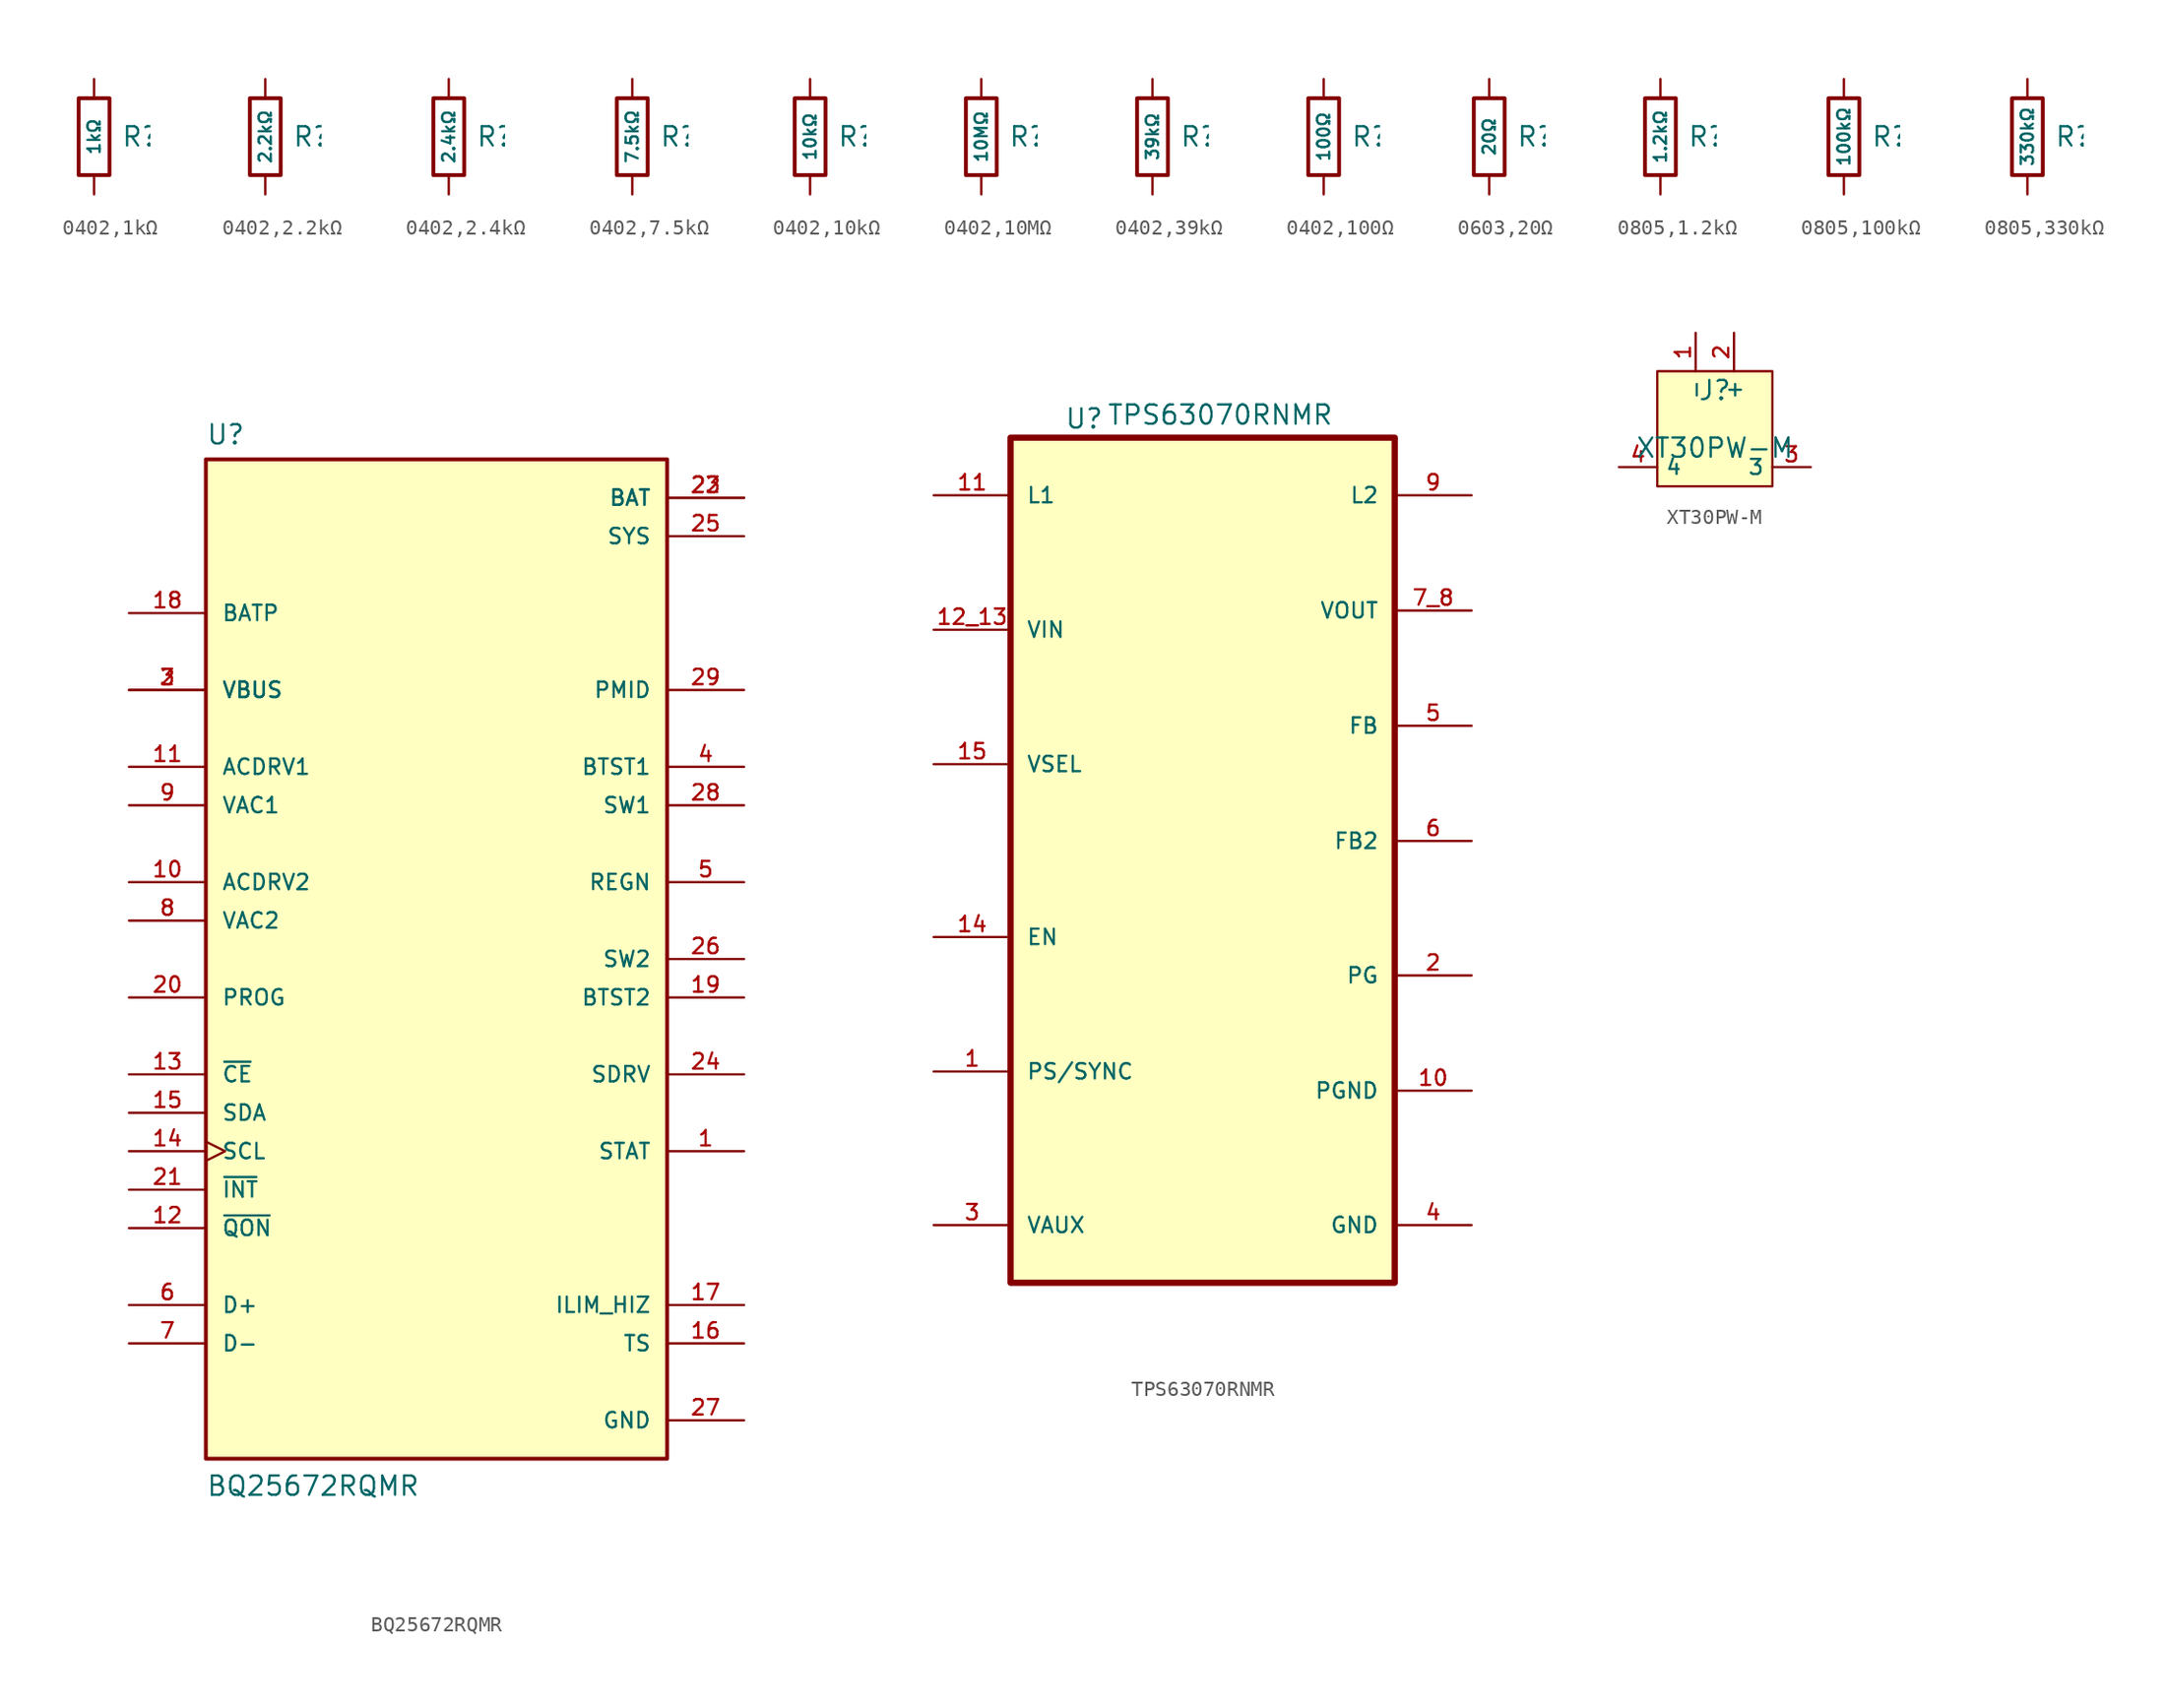
<source format=kicad_sym>
(kicad_symbol_lib
  (version 20241209)
  (generator "kicad_symbol_editor")
  (generator_version "9.0")
  (symbol "0402,1kΩ"
    (pin_numbers
      (hide yes))
    (pin_names
      (offset 0))
    (property "Reference" "R"
      (at 1.778 0 0)
      (effects (font (size 1.27 1.27)) (justify left)))
    (property "Value" "1kΩ"
      (at 0 0 90)
      (do_not_autoplace)
      (effects (font (size 0.8 0.8))))
    (symbol "0402,1kΩ_0_1"
      (rectangle (start -1.016 2.54) (end 1.016 -2.54) (stroke (width 0.254) (type default)) (fill (type none))))
    (symbol "0402,1kΩ_1_1"
      (pin passive line (at 0 3.81 270) (length 1.27) (name "~" (effects (font (size 1.27 1.27)))) (number "1" (effects (font (size 1.27 1.27)))))
      (pin passive line (at 0 -3.81 90) (length 1.27) (name "~" (effects (font (size 1.27 1.27)))) (number "2" (effects (font (size 1.27 1.27)))))))
  (symbol "0402,2.2kΩ"
    (pin_numbers
      (hide yes))
    (pin_names
      (offset 0))
    (property "Reference" "R"
      (at 1.778 0 0)
      (effects (font (size 1.27 1.27)) (justify left)))
    (property "Value" "2.2kΩ"
      (at 0 0 90)
      (do_not_autoplace)
      (effects (font (size 0.8 0.8))))
    (symbol "0402,2.2kΩ_0_1"
      (rectangle (start -1.016 2.54) (end 1.016 -2.54) (stroke (width 0.254) (type default)) (fill (type none))))
    (symbol "0402,2.2kΩ_1_1"
      (pin passive line (at 0 3.81 270) (length 1.27) (name "~" (effects (font (size 1.27 1.27)))) (number "1" (effects (font (size 1.27 1.27)))))
      (pin passive line (at 0 -3.81 90) (length 1.27) (name "~" (effects (font (size 1.27 1.27)))) (number "2" (effects (font (size 1.27 1.27)))))))
  (symbol "0402,2.4kΩ"
    (pin_numbers
      (hide yes))
    (pin_names
      (offset 0))
    (property "Reference" "R"
      (at 1.778 0 0)
      (effects (font (size 1.27 1.27)) (justify left)))
    (property "Value" "2.4kΩ"
      (at 0 0 90)
      (do_not_autoplace)
      (effects (font (size 0.8 0.8))))
    (symbol "0402,2.4kΩ_0_1"
      (rectangle (start -1.016 2.54) (end 1.016 -2.54) (stroke (width 0.254) (type default)) (fill (type none))))
    (symbol "0402,2.4kΩ_1_1"
      (pin passive line (at 0 3.81 270) (length 1.27) (name "~" (effects (font (size 1.27 1.27)))) (number "1" (effects (font (size 1.27 1.27)))))
      (pin passive line (at 0 -3.81 90) (length 1.27) (name "~" (effects (font (size 1.27 1.27)))) (number "2" (effects (font (size 1.27 1.27)))))))
  (symbol "0402,7.5kΩ"
    (pin_numbers
      (hide yes))
    (pin_names
      (offset 0))
    (property "Reference" "R"
      (at 1.778 0 0)
      (effects (font (size 1.27 1.27)) (justify left)))
    (property "Value" "7.5kΩ"
      (at 0 0 90)
      (do_not_autoplace)
      (effects (font (size 0.8 0.8))))
    (symbol "0402,7.5kΩ_0_1"
      (rectangle (start -1.016 2.54) (end 1.016 -2.54) (stroke (width 0.254) (type default)) (fill (type none))))
    (symbol "0402,7.5kΩ_1_1"
      (pin passive line (at 0 3.81 270) (length 1.27) (name "~" (effects (font (size 1.27 1.27)))) (number "1" (effects (font (size 1.27 1.27)))))
      (pin passive line (at 0 -3.81 90) (length 1.27) (name "~" (effects (font (size 1.27 1.27)))) (number "2" (effects (font (size 1.27 1.27)))))))
  (symbol "0402,10kΩ"
    (pin_numbers
      (hide yes))
    (pin_names
      (offset 0))
    (property "Reference" "R"
      (at 1.778 0 0)
      (effects (font (size 1.27 1.27)) (justify left)))
    (property "Value" "10kΩ"
      (at 0 0 90)
      (do_not_autoplace)
      (effects (font (size 0.8 0.8))))
    (symbol "0402,10kΩ_0_1"
      (rectangle (start -1.016 2.54) (end 1.016 -2.54) (stroke (width 0.254) (type default)) (fill (type none))))
    (symbol "0402,10kΩ_1_1"
      (pin passive line (at 0 3.81 270) (length 1.27) (name "~" (effects (font (size 1.27 1.27)))) (number "1" (effects (font (size 1.27 1.27)))))
      (pin passive line (at 0 -3.81 90) (length 1.27) (name "~" (effects (font (size 1.27 1.27)))) (number "2" (effects (font (size 1.27 1.27)))))))
  (symbol "0402,10MΩ"
    (pin_numbers
      (hide yes))
    (pin_names
      (offset 0))
    (property "Reference" "R"
      (at 1.778 0 0)
      (effects (font (size 1.27 1.27)) (justify left)))
    (property "Value" "10MΩ"
      (at 0 0 90)
      (do_not_autoplace)
      (effects (font (size 0.8 0.8))))
    (symbol "0402,10MΩ_0_1"
      (rectangle (start -1.016 2.54) (end 1.016 -2.54) (stroke (width 0.254) (type default)) (fill (type none))))
    (symbol "0402,10MΩ_1_1"
      (pin passive line (at 0 3.81 270) (length 1.27) (name "~" (effects (font (size 1.27 1.27)))) (number "1" (effects (font (size 1.27 1.27)))))
      (pin passive line (at 0 -3.81 90) (length 1.27) (name "~" (effects (font (size 1.27 1.27)))) (number "2" (effects (font (size 1.27 1.27)))))))
  (symbol "0402,39kΩ"
    (pin_numbers
      (hide yes))
    (pin_names
      (offset 0))
    (property "Reference" "R"
      (at 1.778 0 0)
      (effects (font (size 1.27 1.27)) (justify left)))
    (property "Value" "39kΩ"
      (at 0 0 90)
      (do_not_autoplace)
      (effects (font (size 0.8 0.8))))
    (symbol "0402,39kΩ_0_1"
      (rectangle (start -1.016 2.54) (end 1.016 -2.54) (stroke (width 0.254) (type default)) (fill (type none))))
    (symbol "0402,39kΩ_1_1"
      (pin passive line (at 0 3.81 270) (length 1.27) (name "~" (effects (font (size 1.27 1.27)))) (number "1" (effects (font (size 1.27 1.27)))))
      (pin passive line (at 0 -3.81 90) (length 1.27) (name "~" (effects (font (size 1.27 1.27)))) (number "2" (effects (font (size 1.27 1.27)))))))
  (symbol "0402,100Ω"
    (pin_numbers
      (hide yes))
    (pin_names
      (offset 0))
    (property "Reference" "R"
      (at 1.778 0 0)
      (effects (font (size 1.27 1.27)) (justify left)))
    (property "Value" "100Ω"
      (at 0 0 90)
      (do_not_autoplace)
      (effects (font (size 0.8 0.8))))
    (symbol "0402,100Ω_0_1"
      (rectangle (start -1.016 2.54) (end 1.016 -2.54) (stroke (width 0.254) (type default)) (fill (type none))))
    (symbol "0402,100Ω_1_1"
      (pin passive line (at 0 3.81 270) (length 1.27) (name "~" (effects (font (size 1.27 1.27)))) (number "1" (effects (font (size 1.27 1.27)))))
      (pin passive line (at 0 -3.81 90) (length 1.27) (name "~" (effects (font (size 1.27 1.27)))) (number "2" (effects (font (size 1.27 1.27)))))))
  (symbol "0603,20Ω"
    (pin_numbers
      (hide yes))
    (pin_names
      (offset 0))
    (property "Reference" "R"
      (at 1.778 0 0)
      (effects (font (size 1.27 1.27)) (justify left)))
    (property "Value" "20Ω"
      (at 0 0 90)
      (do_not_autoplace)
      (effects (font (size 0.8 0.8))))
    (symbol "0603,20Ω_0_1"
      (rectangle (start -1.016 2.54) (end 1.016 -2.54) (stroke (width 0.254) (type default)) (fill (type none))))
    (symbol "0603,20Ω_1_1"
      (pin passive line (at 0 3.81 270) (length 1.27) (name "~" (effects (font (size 1.27 1.27)))) (number "1" (effects (font (size 1.27 1.27)))))
      (pin passive line (at 0 -3.81 90) (length 1.27) (name "~" (effects (font (size 1.27 1.27)))) (number "2" (effects (font (size 1.27 1.27)))))))
  (symbol "0805,1.2kΩ"
    (pin_numbers
      (hide yes))
    (pin_names
      (offset 0))
    (property "Reference" "R"
      (at 1.778 0 0)
      (effects (font (size 1.27 1.27)) (justify left)))
    (property "Value" "1.2kΩ"
      (at 0 0 90)
      (do_not_autoplace)
      (effects (font (size 0.8 0.8))))
    (symbol "0805,1.2kΩ_0_1"
      (rectangle (start -1.016 2.54) (end 1.016 -2.54) (stroke (width 0.254) (type default)) (fill (type none))))
    (symbol "0805,1.2kΩ_1_1"
      (pin passive line (at 0 3.81 270) (length 1.27) (name "~" (effects (font (size 1.27 1.27)))) (number "1" (effects (font (size 1.27 1.27)))))
      (pin passive line (at 0 -3.81 90) (length 1.27) (name "~" (effects (font (size 1.27 1.27)))) (number "2" (effects (font (size 1.27 1.27)))))))
  (symbol "0805,100kΩ"
    (pin_numbers
      (hide yes))
    (pin_names
      (offset 0))
    (property "Reference" "R"
      (at 1.778 0 0)
      (effects (font (size 1.27 1.27)) (justify left)))
    (property "Value" "100kΩ"
      (at 0 0 90)
      (do_not_autoplace)
      (effects (font (size 0.8 0.8))))
    (symbol "0805,100kΩ_0_1"
      (rectangle (start -1.016 2.54) (end 1.016 -2.54) (stroke (width 0.254) (type default)) (fill (type none))))
    (symbol "0805,100kΩ_1_1"
      (pin passive line (at 0 3.81 270) (length 1.27) (name "~" (effects (font (size 1.27 1.27)))) (number "1" (effects (font (size 1.27 1.27)))))
      (pin passive line (at 0 -3.81 90) (length 1.27) (name "~" (effects (font (size 1.27 1.27)))) (number "2" (effects (font (size 1.27 1.27)))))))
  (symbol "0805,330kΩ"
    (pin_numbers
      (hide yes))
    (pin_names
      (offset 0))
    (property "Reference" "R"
      (at 1.778 0 0)
      (effects (font (size 1.27 1.27)) (justify left)))
    (property "Value" "330kΩ"
      (at 0 0 90)
      (do_not_autoplace)
      (effects (font (size 0.8 0.8))))
    (symbol "0805,330kΩ_0_1"
      (rectangle (start -1.016 2.54) (end 1.016 -2.54) (stroke (width 0.254) (type default)) (fill (type none))))
    (symbol "0805,330kΩ_1_1"
      (pin passive line (at 0 3.81 270) (length 1.27) (name "~" (effects (font (size 1.27 1.27)))) (number "1" (effects (font (size 1.27 1.27)))))
      (pin passive line (at 0 -3.81 90) (length 1.27) (name "~" (effects (font (size 1.27 1.27)))) (number "2" (effects (font (size 1.27 1.27)))))))
  (symbol "BQ25672RQMR"
    (pin_names
      (offset 1.016))
    (property "Reference" "U"
      (at -15.24 33.909 0)
      (effects (font (size 1.27 1.27)) (justify left bottom)))
    (property "Value" "BQ25672RQMR"
      (at -15.24 -35.56 0)
      (effects (font (size 1.27 1.27)) (justify left bottom)))
    (symbol "BQ25672RQMR_0_0"
      (rectangle (start -15.24 -33.02) (end 15.24 33.02) (stroke (width 0.254) (type default)) (fill (type background)))
      (pin input line (at -20.32 22.86 0) (length 5.08) (name "BATP" (effects (font (size 1.016 1.016)))) (number "18" (effects (font (size 1.016 1.016)))))
      (pin input line (at -20.32 17.78 0) (length 5.08) (name "VBUS" (effects (font (size 1.016 1.016)))) (number "2" (effects (font (size 1.016 1.016)))))
      (pin input line (at -20.32 17.78 0) (length 5.08) (name "VBUS" (effects (font (size 1.016 1.016)))) (number "3" (effects (font (size 1.016 1.016)))))
      (pin input line (at -20.32 12.7 0) (length 5.08) (name "ACDRV1" (effects (font (size 1.016 1.016)))) (number "11" (effects (font (size 1.016 1.016)))))
      (pin input line (at -20.32 10.16 0) (length 5.08) (name "VAC1" (effects (font (size 1.016 1.016)))) (number "9" (effects (font (size 1.016 1.016)))))
      (pin input line (at -20.32 5.08 0) (length 5.08) (name "ACDRV2" (effects (font (size 1.016 1.016)))) (number "10" (effects (font (size 1.016 1.016)))))
      (pin input line (at -20.32 2.54 0) (length 5.08) (name "VAC2" (effects (font (size 1.016 1.016)))) (number "8" (effects (font (size 1.016 1.016)))))
      (pin input line (at -20.32 -2.54 0) (length 5.08) (name "PROG" (effects (font (size 1.016 1.016)))) (number "20" (effects (font (size 1.016 1.016)))))
      (pin input line (at -20.32 -7.62 0) (length 5.08) (name "~{CE}" (effects (font (size 1.016 1.016)))) (number "13" (effects (font (size 1.016 1.016)))))
      (pin bidirectional line (at -20.32 -10.16 0) (length 5.08) (name "SDA" (effects (font (size 1.016 1.016)))) (number "15" (effects (font (size 1.016 1.016)))))
      (pin input clock (at -20.32 -12.7 0) (length 5.08) (name "SCL" (effects (font (size 1.016 1.016)))) (number "14" (effects (font (size 1.016 1.016)))))
      (pin output line (at -20.32 -15.24 0) (length 5.08) (name "~{INT}" (effects (font (size 1.016 1.016)))) (number "21" (effects (font (size 1.016 1.016)))))
      (pin input line (at -20.32 -17.78 0) (length 5.08) (name "~{QON}" (effects (font (size 1.016 1.016)))) (number "12" (effects (font (size 1.016 1.016)))))
      (pin bidirectional line (at -20.32 -22.86 0) (length 5.08) (name "D+" (effects (font (size 1.016 1.016)))) (number "6" (effects (font (size 1.016 1.016)))))
      (pin bidirectional line (at -20.32 -25.4 0) (length 5.08) (name "D-" (effects (font (size 1.016 1.016)))) (number "7" (effects (font (size 1.016 1.016)))))
      (pin power_in line (at 20.32 30.48 180) (length 5.08) (name "BAT" (effects (font (size 1.016 1.016)))) (number "22" (effects (font (size 1.016 1.016)))))
      (pin power_in line (at 20.32 30.48 180) (length 5.08) (name "BAT" (effects (font (size 1.016 1.016)))) (number "23" (effects (font (size 1.016 1.016)))))
      (pin power_in line (at 20.32 27.94 180) (length 5.08) (name "SYS" (effects (font (size 1.016 1.016)))) (number "25" (effects (font (size 1.016 1.016)))))
      (pin input line (at 20.32 17.78 180) (length 5.08) (name "PMID" (effects (font (size 1.016 1.016)))) (number "29" (effects (font (size 1.016 1.016)))))
      (pin passive line (at 20.32 12.7 180) (length 5.08) (name "BTST1" (effects (font (size 1.016 1.016)))) (number "4" (effects (font (size 1.016 1.016)))))
      (pin passive line (at 20.32 10.16 180) (length 5.08) (name "SW1" (effects (font (size 1.016 1.016)))) (number "28" (effects (font (size 1.016 1.016)))))
      (pin output line (at 20.32 5.08 180) (length 5.08) (name "REGN" (effects (font (size 1.016 1.016)))) (number "5" (effects (font (size 1.016 1.016)))))
      (pin passive line (at 20.32 0 180) (length 5.08) (name "SW2" (effects (font (size 1.016 1.016)))) (number "26" (effects (font (size 1.016 1.016)))))
      (pin passive line (at 20.32 -2.54 180) (length 5.08) (name "BTST2" (effects (font (size 1.016 1.016)))) (number "19" (effects (font (size 1.016 1.016)))))
      (pin output line (at 20.32 -7.62 180) (length 5.08) (name "SDRV" (effects (font (size 1.016 1.016)))) (number "24" (effects (font (size 1.016 1.016)))))
      (pin output line (at 20.32 -12.7 180) (length 5.08) (name "STAT" (effects (font (size 1.016 1.016)))) (number "1" (effects (font (size 1.016 1.016)))))
      (pin passive line (at 20.32 -22.86 180) (length 5.08) (name "ILIM_HIZ" (effects (font (size 1.016 1.016)))) (number "17" (effects (font (size 1.016 1.016)))))
      (pin passive line (at 20.32 -25.4 180) (length 5.08) (name "TS" (effects (font (size 1.016 1.016)))) (number "16" (effects (font (size 1.016 1.016)))))
      (pin power_in line (at 20.32 -30.48 180) (length 5.08) (name "GND" (effects (font (size 1.016 1.016)))) (number "27" (effects (font (size 1.016 1.016)))))))
  (symbol "TPS63070RNMR"
    (pin_names
      (offset 1.016))
    (property "Reference" "U"
      (at -5.334 -4.572 0)
      (effects (font (size 1.27 1.27)) (justify left bottom)))
    (property "Value" "TPS63070RNMR"
      (at -2.54 -4.318 0)
      (effects (font (size 1.27 1.27)) (justify left bottom)))
    (symbol "TPS63070RNMR_0_0"
      (rectangle (start -8.89 -5.08) (end 16.51 -60.96) (stroke (width 0.41) (type default)) (fill (type background)))
      (pin bidirectional line (at -13.97 -8.89 0) (length 5.08) (name "L1" (effects (font (size 1.016 1.016)))) (number "11" (effects (font (size 1.016 1.016)))))
      (pin input line (at -13.97 -17.78 0) (length 5.08) (name "VIN" (effects (font (size 1.016 1.016)))) (number "12_13" (effects (font (size 1.016 1.016)))))
      (pin input line (at -13.97 -26.67 0) (length 5.08) (name "VSEL" (effects (font (size 1.016 1.016)))) (number "15" (effects (font (size 1.016 1.016)))))
      (pin input line (at -13.97 -38.1 0) (length 5.08) (name "EN" (effects (font (size 1.016 1.016)))) (number "14" (effects (font (size 1.016 1.016)))))
      (pin input line (at -13.97 -46.99 0) (length 5.08) (name "PS/SYNC" (effects (font (size 1.016 1.016)))) (number "1" (effects (font (size 1.016 1.016)))))
      (pin output line (at -13.97 -57.15 0) (length 5.08) (name "VAUX" (effects (font (size 1.016 1.016)))) (number "3" (effects (font (size 1.016 1.016)))))
      (pin bidirectional line (at 21.59 -8.89 180) (length 5.08) (name "L2" (effects (font (size 1.016 1.016)))) (number "9" (effects (font (size 1.016 1.016)))))
      (pin output line (at 21.59 -16.51 180) (length 5.08) (name "VOUT" (effects (font (size 1.016 1.016)))) (number "7_8" (effects (font (size 1.016 1.016)))))
      (pin input line (at 21.59 -24.13 180) (length 5.08) (name "FB" (effects (font (size 1.016 1.016)))) (number "5" (effects (font (size 1.016 1.016)))))
      (pin output line (at 21.59 -31.75 180) (length 5.08) (name "FB2" (effects (font (size 1.016 1.016)))) (number "6" (effects (font (size 1.016 1.016)))))
      (pin output line (at 21.59 -40.64 180) (length 5.08) (name "PG" (effects (font (size 1.016 1.016)))) (number "2" (effects (font (size 1.016 1.016)))))
      (pin power_in line (at 21.59 -48.26 180) (length 5.08) (name "PGND" (effects (font (size 1.016 1.016)))) (number "10" (effects (font (size 1.016 1.016)))))
      (pin power_in line (at 21.59 -57.15 180) (length 5.08) (name "GND" (effects (font (size 1.016 1.016)))) (number "4" (effects (font (size 1.016 1.016)))))))
  (symbol "XT30PW-M"
    (property "Reference" "J"
      (at 0 1.27 0)
      (effects (font (size 1.27 1.27))))
    (property "Value" "XT30PW-M"
      (at 0 -2.54 0)
      (effects (font (size 1.27 1.27))))
    (symbol "XT30PW-M_0_1"
      (rectangle (start -3.81 2.54) (end 3.81 -5.08) (stroke (width 0) (type default)) (fill (type background)))
      (pin unspecified line (at -6.35 -3.81 0) (length 2.54) (name "4" (effects (font (size 1 1)))) (number "4" (effects (font (size 1 1)))))
      (pin unspecified line (at -1.27 5.08 270) (length 2.54) (name "-" (effects (font (size 1 1)))) (number "1" (effects (font (size 1 1)))))
      (pin unspecified line (at 1.27 5.08 270) (length 2.54) (name "+" (effects (font (size 1 1)))) (number "2" (effects (font (size 1 1)))))
      (pin unspecified line (at 6.35 -3.81 180) (length 2.54) (name "3" (effects (font (size 1 1)))) (number "3" (effects (font (size 1 1))))))))
</source>
